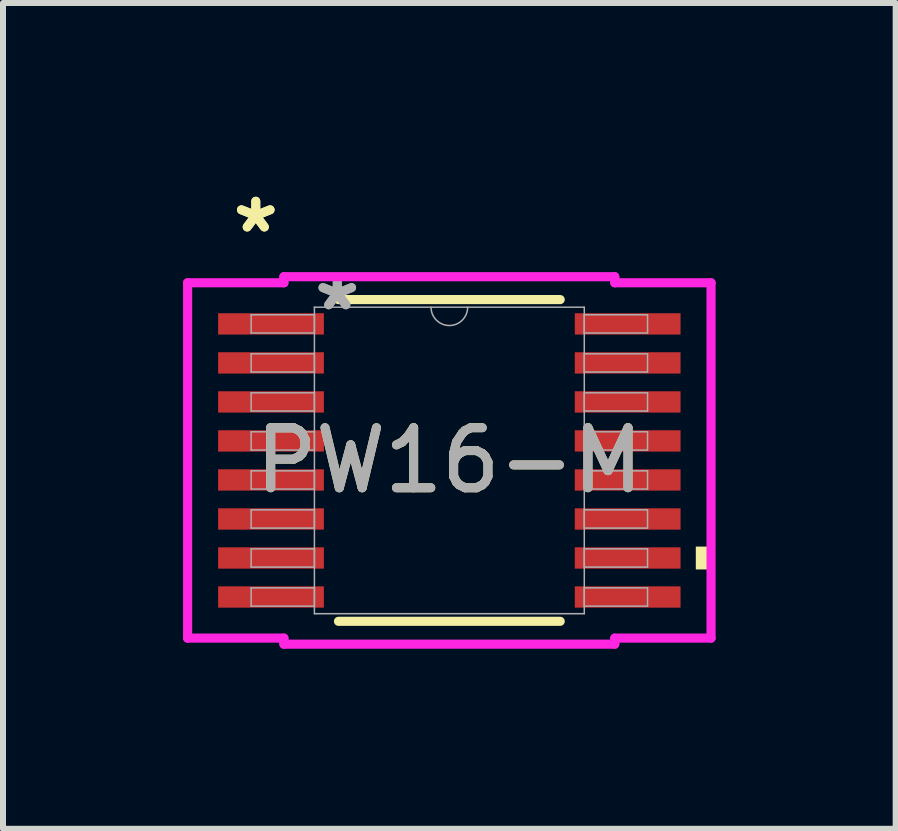
<source format=kicad_pcb>
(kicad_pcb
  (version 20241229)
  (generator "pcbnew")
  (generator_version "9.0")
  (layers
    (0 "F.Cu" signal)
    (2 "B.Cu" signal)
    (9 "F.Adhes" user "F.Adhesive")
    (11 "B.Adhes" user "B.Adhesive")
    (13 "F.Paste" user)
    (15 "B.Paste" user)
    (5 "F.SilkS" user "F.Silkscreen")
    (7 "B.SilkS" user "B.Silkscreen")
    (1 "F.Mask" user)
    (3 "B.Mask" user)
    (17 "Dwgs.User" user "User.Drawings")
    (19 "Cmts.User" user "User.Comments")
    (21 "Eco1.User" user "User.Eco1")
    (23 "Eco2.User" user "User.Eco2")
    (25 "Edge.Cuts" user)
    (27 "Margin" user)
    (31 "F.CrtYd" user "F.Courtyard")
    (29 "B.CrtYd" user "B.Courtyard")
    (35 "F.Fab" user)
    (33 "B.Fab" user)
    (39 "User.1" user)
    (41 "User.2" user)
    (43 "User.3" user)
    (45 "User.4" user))
  (footprint "PW16-M"
    (layer "F.Cu")
    (at 4.436 4.621)
    (property "Reference" "PW16-M" (at 0 0 0) (unlocked yes) (layer "F.SilkS") (effects (font (size 1 1) (thickness 0.15))))
    (attr smd)
    (fp_line (start -1.847 2.68) (end 1.847 2.68) (stroke (width 0.152) (type solid)) (layer "F.SilkS"))
    (fp_line (start 1.847 -2.68) (end -1.847 -2.68) (stroke (width 0.152) (type solid)) (layer "F.SilkS"))
    (fp_poly (pts (xy 4.36 1.435) (xy 4.36 1.816) (xy 4.106 1.816) (xy 4.106 1.435)) (stroke (width 0) (type solid)) (fill yes) (layer "F.SilkS"))
    (fp_line (start -4.36 -2.96) (end -2.756 -2.96) (stroke (width 0.152) (type solid)) (layer "F.CrtYd"))
    (fp_line (start -4.36 2.96) (end -4.36 -2.96) (stroke (width 0.152) (type solid)) (layer "F.CrtYd"))
    (fp_line (start -4.36 2.96) (end -2.756 2.96) (stroke (width 0.152) (type solid)) (layer "F.CrtYd"))
    (fp_line (start -2.756 -3.061) (end 2.756 -3.061) (stroke (width 0.152) (type solid)) (layer "F.CrtYd"))
    (fp_line (start -2.756 -2.96) (end -2.756 -3.061) (stroke (width 0.152) (type solid)) (layer "F.CrtYd"))
    (fp_line (start -2.756 3.061) (end -2.756 2.96) (stroke (width 0.152) (type solid)) (layer "F.CrtYd"))
    (fp_line (start 2.756 -3.061) (end 2.756 -2.96) (stroke (width 0.152) (type solid)) (layer "F.CrtYd"))
    (fp_line (start 2.756 2.96) (end 2.756 3.061) (stroke (width 0.152) (type solid)) (layer "F.CrtYd"))
    (fp_line (start 2.756 3.061) (end -2.756 3.061) (stroke (width 0.152) (type solid)) (layer "F.CrtYd"))
    (fp_line (start 4.36 -2.96) (end 2.756 -2.96) (stroke (width 0.152) (type solid)) (layer "F.CrtYd"))
    (fp_line (start 4.36 -2.96) (end 4.36 2.96) (stroke (width 0.152) (type solid)) (layer "F.CrtYd"))
    (fp_line (start 4.36 2.96) (end 2.756 2.96) (stroke (width 0.152) (type solid)) (layer "F.CrtYd"))
    (fp_line (start -3.302 -2.427) (end -3.302 -2.123) (stroke (width 0.025) (type solid)) (layer "F.Fab"))
    (fp_line (start -3.302 -2.123) (end -2.248 -2.123) (stroke (width 0.025) (type solid)) (layer "F.Fab"))
    (fp_line (start -3.302 -1.777) (end -3.302 -1.473) (stroke (width 0.025) (type solid)) (layer "F.Fab"))
    (fp_line (start -3.302 -1.473) (end -2.248 -1.473) (stroke (width 0.025) (type solid)) (layer "F.Fab"))
    (fp_line (start -3.302 -1.127) (end -3.302 -0.823) (stroke (width 0.025) (type solid)) (layer "F.Fab"))
    (fp_line (start -3.302 -0.823) (end -2.248 -0.823) (stroke (width 0.025) (type solid)) (layer "F.Fab"))
    (fp_line (start -3.302 -0.477) (end -3.302 -0.173) (stroke (width 0.025) (type solid)) (layer "F.Fab"))
    (fp_line (start -3.302 -0.173) (end -2.248 -0.173) (stroke (width 0.025) (type solid)) (layer "F.Fab"))
    (fp_line (start -3.302 0.173) (end -3.302 0.477) (stroke (width 0.025) (type solid)) (layer "F.Fab"))
    (fp_line (start -3.302 0.477) (end -2.248 0.477) (stroke (width 0.025) (type solid)) (layer "F.Fab"))
    (fp_line (start -3.302 0.823) (end -3.302 1.127) (stroke (width 0.025) (type solid)) (layer "F.Fab"))
    (fp_line (start -3.302 1.127) (end -2.248 1.127) (stroke (width 0.025) (type solid)) (layer "F.Fab"))
    (fp_line (start -3.302 1.473) (end -3.302 1.777) (stroke (width 0.025) (type solid)) (layer "F.Fab"))
    (fp_line (start -3.302 1.777) (end -2.248 1.777) (stroke (width 0.025) (type solid)) (layer "F.Fab"))
    (fp_line (start -3.302 2.123) (end -3.302 2.427) (stroke (width 0.025) (type solid)) (layer "F.Fab"))
    (fp_line (start -3.302 2.427) (end -2.248 2.427) (stroke (width 0.025) (type solid)) (layer "F.Fab"))
    (fp_line (start -2.248 -2.553) (end -2.248 2.553) (stroke (width 0.025) (type solid)) (layer "F.Fab"))
    (fp_line (start -2.248 -2.427) (end -3.302 -2.427) (stroke (width 0.025) (type solid)) (layer "F.Fab"))
    (fp_line (start -2.248 -2.123) (end -2.248 -2.427) (stroke (width 0.025) (type solid)) (layer "F.Fab"))
    (fp_line (start -2.248 -1.777) (end -3.302 -1.777) (stroke (width 0.025) (type solid)) (layer "F.Fab"))
    (fp_line (start -2.248 -1.473) (end -2.248 -1.777) (stroke (width 0.025) (type solid)) (layer "F.Fab"))
    (fp_line (start -2.248 -1.127) (end -3.302 -1.127) (stroke (width 0.025) (type solid)) (layer "F.Fab"))
    (fp_line (start -2.248 -0.823) (end -2.248 -1.127) (stroke (width 0.025) (type solid)) (layer "F.Fab"))
    (fp_line (start -2.248 -0.477) (end -3.302 -0.477) (stroke (width 0.025) (type solid)) (layer "F.Fab"))
    (fp_line (start -2.248 -0.173) (end -2.248 -0.477) (stroke (width 0.025) (type solid)) (layer "F.Fab"))
    (fp_line (start -2.248 0.173) (end -3.302 0.173) (stroke (width 0.025) (type solid)) (layer "F.Fab"))
    (fp_line (start -2.248 0.477) (end -2.248 0.173) (stroke (width 0.025) (type solid)) (layer "F.Fab"))
    (fp_line (start -2.248 0.823) (end -3.302 0.823) (stroke (width 0.025) (type solid)) (layer "F.Fab"))
    (fp_line (start -2.248 1.127) (end -2.248 0.823) (stroke (width 0.025) (type solid)) (layer "F.Fab"))
    (fp_line (start -2.248 1.473) (end -3.302 1.473) (stroke (width 0.025) (type solid)) (layer "F.Fab"))
    (fp_line (start -2.248 1.777) (end -2.248 1.473) (stroke (width 0.025) (type solid)) (layer "F.Fab"))
    (fp_line (start -2.248 2.123) (end -3.302 2.123) (stroke (width 0.025) (type solid)) (layer "F.Fab"))
    (fp_line (start -2.248 2.427) (end -2.248 2.123) (stroke (width 0.025) (type solid)) (layer "F.Fab"))
    (fp_line (start -2.248 2.553) (end 2.248 2.553) (stroke (width 0.025) (type solid)) (layer "F.Fab"))
    (fp_line (start 2.248 -2.553) (end -2.248 -2.553) (stroke (width 0.025) (type solid)) (layer "F.Fab"))
    (fp_line (start 2.248 -2.427) (end 2.248 -2.123) (stroke (width 0.025) (type solid)) (layer "F.Fab"))
    (fp_line (start 2.248 -2.123) (end 3.302 -2.123) (stroke (width 0.025) (type solid)) (layer "F.Fab"))
    (fp_line (start 2.248 -1.777) (end 2.248 -1.473) (stroke (width 0.025) (type solid)) (layer "F.Fab"))
    (fp_line (start 2.248 -1.473) (end 3.302 -1.473) (stroke (width 0.025) (type solid)) (layer "F.Fab"))
    (fp_line (start 2.248 -1.127) (end 2.248 -0.823) (stroke (width 0.025) (type solid)) (layer "F.Fab"))
    (fp_line (start 2.248 -0.823) (end 3.302 -0.823) (stroke (width 0.025) (type solid)) (layer "F.Fab"))
    (fp_line (start 2.248 -0.477) (end 2.248 -0.173) (stroke (width 0.025) (type solid)) (layer "F.Fab"))
    (fp_line (start 2.248 -0.173) (end 3.302 -0.173) (stroke (width 0.025) (type solid)) (layer "F.Fab"))
    (fp_line (start 2.248 0.173) (end 2.248 0.477) (stroke (width 0.025) (type solid)) (layer "F.Fab"))
    (fp_line (start 2.248 0.477) (end 3.302 0.477) (stroke (width 0.025) (type solid)) (layer "F.Fab"))
    (fp_line (start 2.248 0.823) (end 2.248 1.127) (stroke (width 0.025) (type solid)) (layer "F.Fab"))
    (fp_line (start 2.248 1.127) (end 3.302 1.127) (stroke (width 0.025) (type solid)) (layer "F.Fab"))
    (fp_line (start 2.248 1.473) (end 2.248 1.777) (stroke (width 0.025) (type solid)) (layer "F.Fab"))
    (fp_line (start 2.248 1.777) (end 3.302 1.777) (stroke (width 0.025) (type solid)) (layer "F.Fab"))
    (fp_line (start 2.248 2.123) (end 2.248 2.427) (stroke (width 0.025) (type solid)) (layer "F.Fab"))
    (fp_line (start 2.248 2.427) (end 3.302 2.427) (stroke (width 0.025) (type solid)) (layer "F.Fab"))
    (fp_line (start 2.248 2.553) (end 2.248 -2.553) (stroke (width 0.025) (type solid)) (layer "F.Fab"))
    (fp_line (start 3.302 -2.427) (end 2.248 -2.427) (stroke (width 0.025) (type solid)) (layer "F.Fab"))
    (fp_line (start 3.302 -2.123) (end 3.302 -2.427) (stroke (width 0.025) (type solid)) (layer "F.Fab"))
    (fp_line (start 3.302 -1.777) (end 2.248 -1.777) (stroke (width 0.025) (type solid)) (layer "F.Fab"))
    (fp_line (start 3.302 -1.473) (end 3.302 -1.777) (stroke (width 0.025) (type solid)) (layer "F.Fab"))
    (fp_line (start 3.302 -1.127) (end 2.248 -1.127) (stroke (width 0.025) (type solid)) (layer "F.Fab"))
    (fp_line (start 3.302 -0.823) (end 3.302 -1.127) (stroke (width 0.025) (type solid)) (layer "F.Fab"))
    (fp_line (start 3.302 -0.477) (end 2.248 -0.477) (stroke (width 0.025) (type solid)) (layer "F.Fab"))
    (fp_line (start 3.302 -0.173) (end 3.302 -0.477) (stroke (width 0.025) (type solid)) (layer "F.Fab"))
    (fp_line (start 3.302 0.173) (end 2.248 0.173) (stroke (width 0.025) (type solid)) (layer "F.Fab"))
    (fp_line (start 3.302 0.477) (end 3.302 0.173) (stroke (width 0.025) (type solid)) (layer "F.Fab"))
    (fp_line (start 3.302 0.823) (end 2.248 0.823) (stroke (width 0.025) (type solid)) (layer "F.Fab"))
    (fp_line (start 3.302 1.127) (end 3.302 0.823) (stroke (width 0.025) (type solid)) (layer "F.Fab"))
    (fp_line (start 3.302 1.473) (end 2.248 1.473) (stroke (width 0.025) (type solid)) (layer "F.Fab"))
    (fp_line (start 3.302 1.777) (end 3.302 1.473) (stroke (width 0.025) (type solid)) (layer "F.Fab"))
    (fp_line (start 3.302 2.123) (end 2.248 2.123) (stroke (width 0.025) (type solid)) (layer "F.Fab"))
    (fp_line (start 3.302 2.427) (end 3.302 2.123) (stroke (width 0.025) (type solid)) (layer "F.Fab"))
    (fp_arc (start 0.3048 -2.5527) (mid 0 -2.2479) (end -0.3048 -2.5527) (stroke (width 0.0254) (type solid)) (layer "F.Fab"))
    (fp_text user "*" (at -3.225 -3.773 0) (unlocked yes) (layer "F.SilkS") (effects (font (size 1 1) (thickness 0.15))))
    (fp_text user "*" (at -3.225 -3.773 0) (layer "F.SilkS") (effects (font (size 1 1) (thickness 0.15))))
    (fp_text user "*" (at -1.867 -2.477 0) (unlocked yes) (layer "F.Fab") (effects (font (size 1 1) (thickness 0.15))))
    (fp_text user "*" (at -1.867 -2.477 0) (layer "F.Fab") (effects (font (size 1 1) (thickness 0.15))))
    (fp_text user "${REFERENCE}" (at 0 0 0) (unlocked yes) (layer "F.Fab") (effects (font (size 1 1) (thickness 0.15))))
    (pad "1" smd rect (at -2.971 -2.275) (size 1.762 0.355) (layers "F.Cu" "F.Mask" "F.Paste"))
    (pad "2" smd rect (at -2.971 -1.625) (size 1.762 0.355) (layers "F.Cu" "F.Mask" "F.Paste"))
    (pad "3" smd rect (at -2.971 -0.975) (size 1.762 0.355) (layers "F.Cu" "F.Mask" "F.Paste"))
    (pad "4" smd rect (at -2.971 -0.325) (size 1.762 0.355) (layers "F.Cu" "F.Mask" "F.Paste"))
    (pad "5" smd rect (at -2.971 0.325) (size 1.762 0.355) (layers "F.Cu" "F.Mask" "F.Paste"))
    (pad "6" smd rect (at -2.971 0.975) (size 1.762 0.355) (layers "F.Cu" "F.Mask" "F.Paste"))
    (pad "7" smd rect (at -2.971 1.625) (size 1.762 0.355) (layers "F.Cu" "F.Mask" "F.Paste"))
    (pad "8" smd rect (at -2.971 2.275) (size 1.762 0.355) (layers "F.Cu" "F.Mask" "F.Paste"))
    (pad "9" smd rect (at 2.971 2.275) (size 1.762 0.355) (layers "F.Cu" "F.Mask" "F.Paste"))
    (pad "10" smd rect (at 2.971 1.625) (size 1.762 0.355) (layers "F.Cu" "F.Mask" "F.Paste"))
    (pad "11" smd rect (at 2.971 0.975) (size 1.762 0.355) (layers "F.Cu" "F.Mask" "F.Paste"))
    (pad "12" smd rect (at 2.971 0.325) (size 1.762 0.355) (layers "F.Cu" "F.Mask" "F.Paste"))
    (pad "13" smd rect (at 2.971 -0.325) (size 1.762 0.355) (layers "F.Cu" "F.Mask" "F.Paste"))
    (pad "14" smd rect (at 2.971 -0.975) (size 1.762 0.355) (layers "F.Cu" "F.Mask" "F.Paste"))
    (pad "15" smd rect (at 2.971 -1.625) (size 1.762 0.355) (layers "F.Cu" "F.Mask" "F.Paste"))
    (pad "16" smd rect (at 2.971 -2.275) (size 1.762 0.355) (layers "F.Cu" "F.Mask" "F.Paste")))
  (gr_rect
    (start -3 -3)
    (end 11.872 10.758)
    (stroke (width 0.1) (type default))
    (fill no)
    (layer "Edge.Cuts")))
</source>
